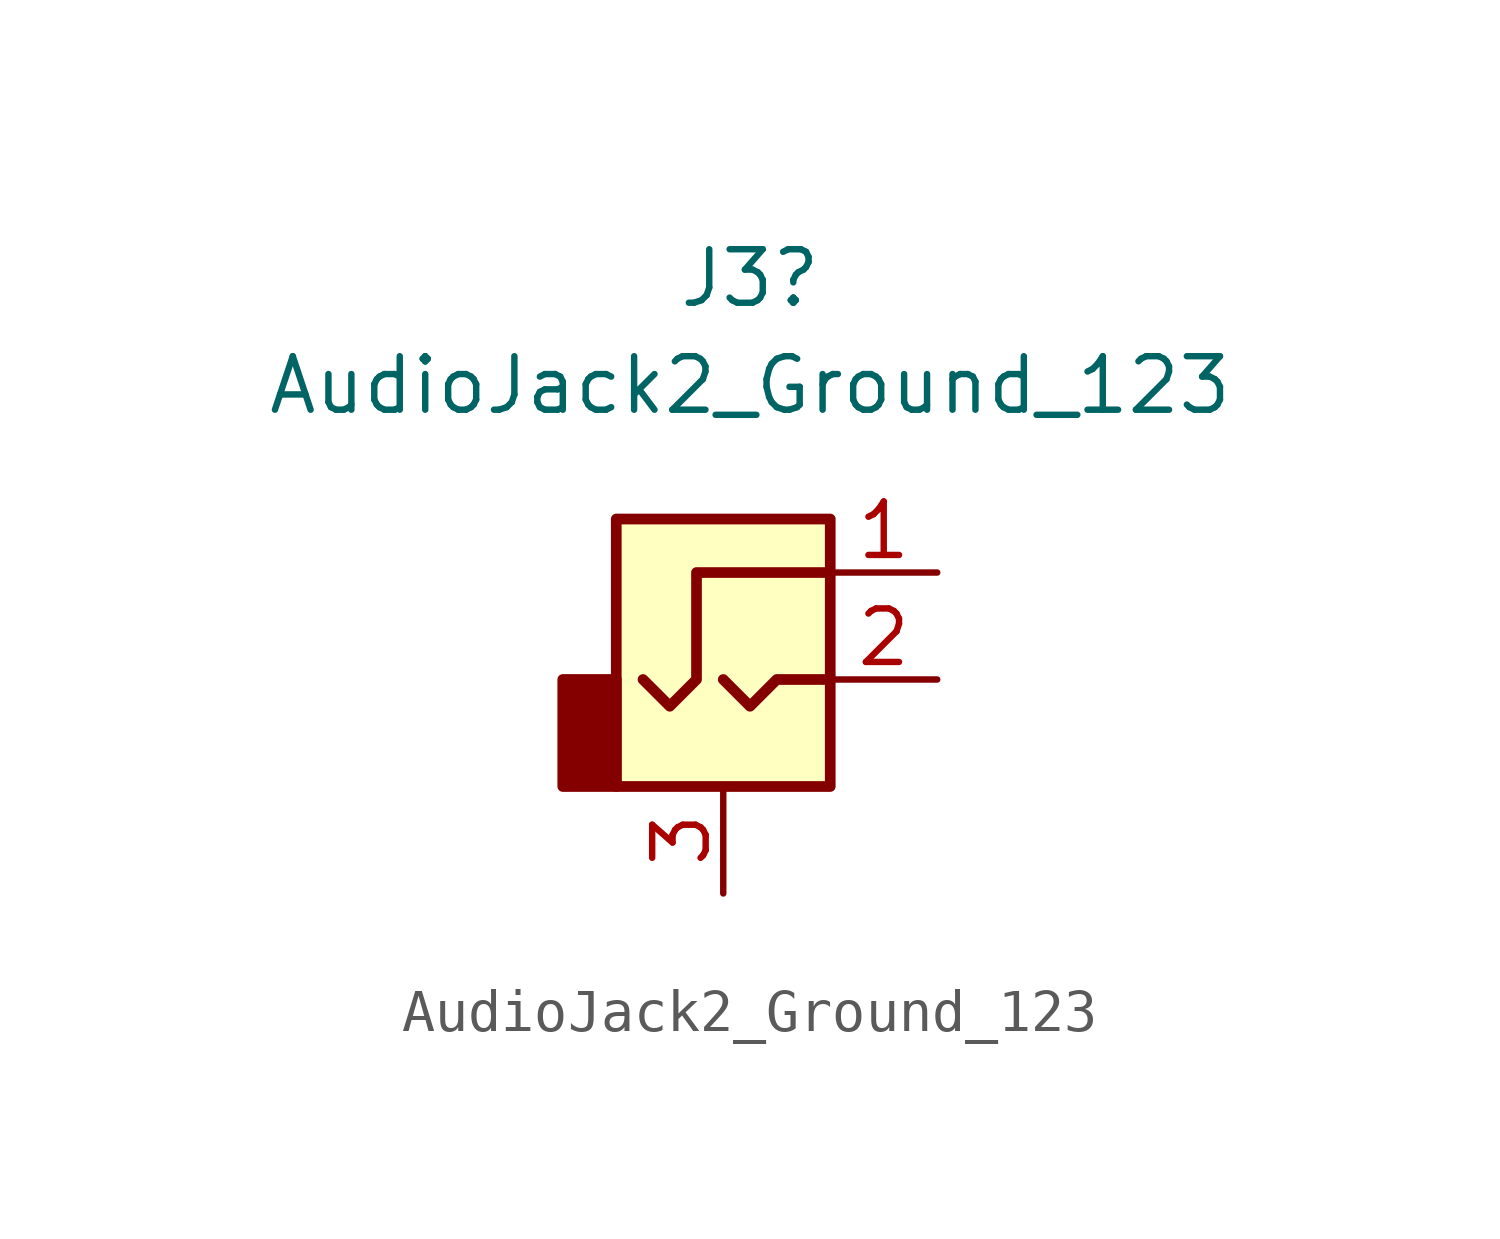
<source format=kicad_sym>
(kicad_symbol_lib
  (version 20211014)
  (generator kicad_symbol_editor)
  (symbol "AudioJack2_Ground_123"
    (property "Reference" "J3"
      (at 0.635 9.525 0)
      (effects (font (size 1.27 1.27))))
    (property "Value" "AudioJack2_Ground_123"
      (at 0.635 6.985 0)
      (effects (font (size 1.27 1.27))))
    (symbol "AudioJack2_Ground_123_0_1"
      (rectangle (start -2.54 -2.54) (end -3.81 0) (stroke (width 0.254) (type default) (color 0 0 0 0)) (fill (type outline)))
      (polyline (pts (xy 0 0) (xy 0.635 -0.635) (xy 1.27 0) (xy 2.54 0)) (stroke (width 0.254) (type default) (color 0 0 0 0)) (fill (type none)))
      (polyline (pts (xy 2.54 2.54) (xy -0.635 2.54) (xy -0.635 0) (xy -1.27 -0.635) (xy -1.905 0)) (stroke (width 0.254) (type default) (color 0 0 0 0)) (fill (type none)))
      (rectangle (start 2.54 3.81) (end -2.54 -2.54) (stroke (width 0.254) (type default) (color 0 0 0 0)) (fill (type background))))
    (symbol "AudioJack2_Ground_123_1_1"
      (pin passive line (at 5.08 2.54 180) (length 2.54) (name "~" (effects (font (size 1.27 1.27)))) (number "1" (effects (font (size 1.27 1.27)))))
      (pin passive line (at 5.08 0 180) (length 2.54) (name "~" (effects (font (size 1.27 1.27)))) (number "2" (effects (font (size 1.27 1.27)))))
      (pin passive line (at 0 -5.08 90) (length 2.54) (name "~" (effects (font (size 1.27 1.27)))) (number "3" (effects (font (size 1.27 1.27))))))))
</source>
